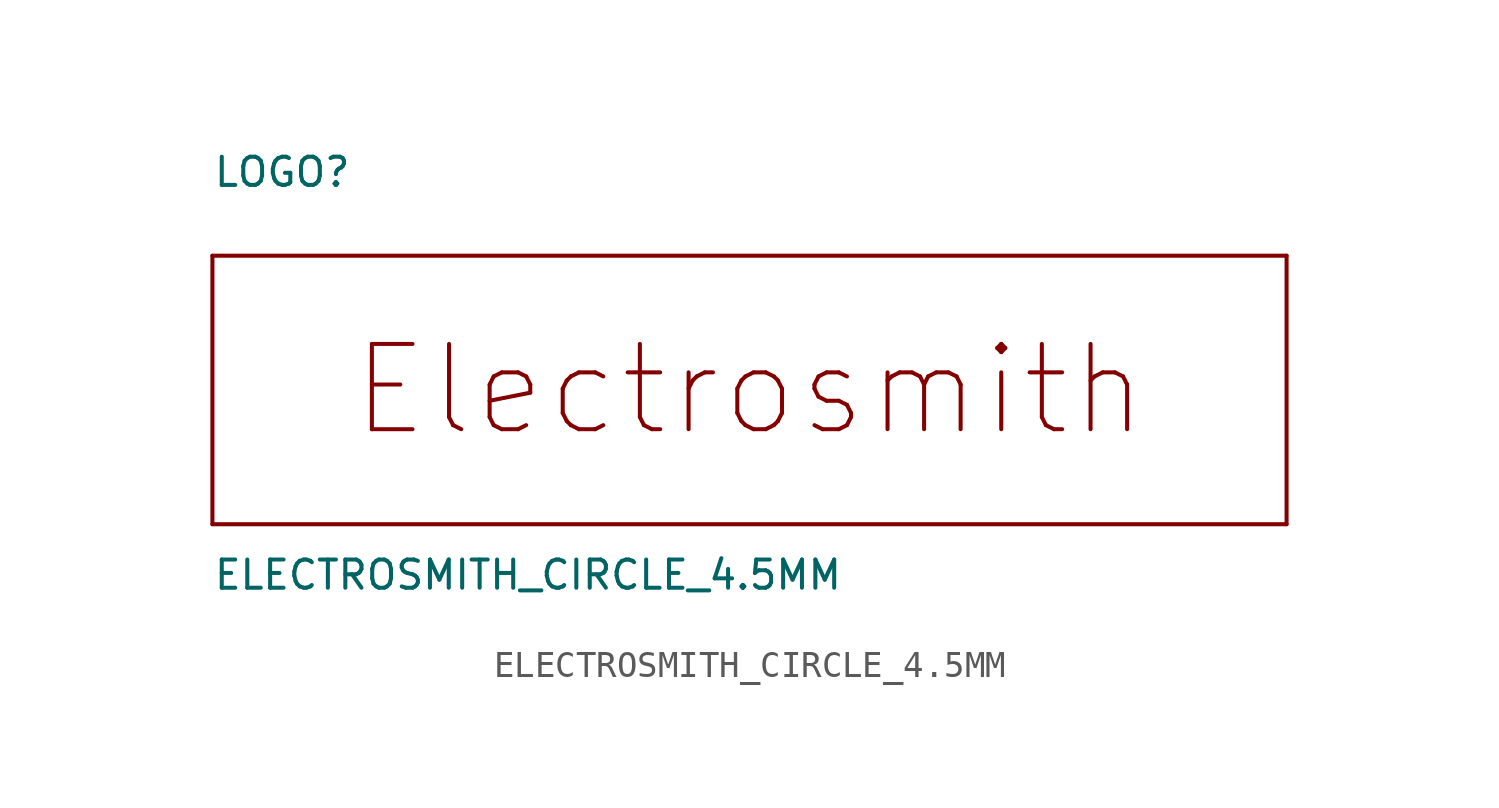
<source format=kicad_sym>
(kicad_symbol_lib
  (version 20211014)
  (generator kicad_symbol_editor)
  (symbol "ELECTROSMITH_CIRCLE_4.5MM"
    (pin_names
      (offset 1.016))
    (property "Reference" "LOGO"
      (at -20.32 7.62 0)
      (effects (font (size 1.067 1.067)) (justify left bottom)))
    (property "Value" "ELECTROSMITH_CIRCLE_4.5MM"
      (at -20.32 -7.62 0)
      (effects (font (size 1.067 1.067)) (justify left bottom)))
    (property "ki_locked" ""
      (at 0 0 0)
      (effects (font (size 1.27 1.27))))
    (symbol "ELECTROSMITH_CIRCLE_4.5MM_1_0"
      (polyline (pts (xy -20.32 -5.08) (xy -20.32 5.08)) (stroke (width 0) (type default) (color 0 0 0 0)) (fill (type none)))
      (polyline (pts (xy -20.32 5.08) (xy 20.32 5.08)) (stroke (width 0) (type default) (color 0 0 0 0)) (fill (type none)))
      (polyline (pts (xy 20.32 -5.08) (xy -20.32 -5.08)) (stroke (width 0) (type default) (color 0 0 0 0)) (fill (type none)))
      (polyline (pts (xy 20.32 5.08) (xy 20.32 -5.08)) (stroke (width 0) (type default) (color 0 0 0 0)) (fill (type none)))
      (text "Electrosmith" (at 0 0 0) (effects (font (size 3.226 3.226)))))))
</source>
